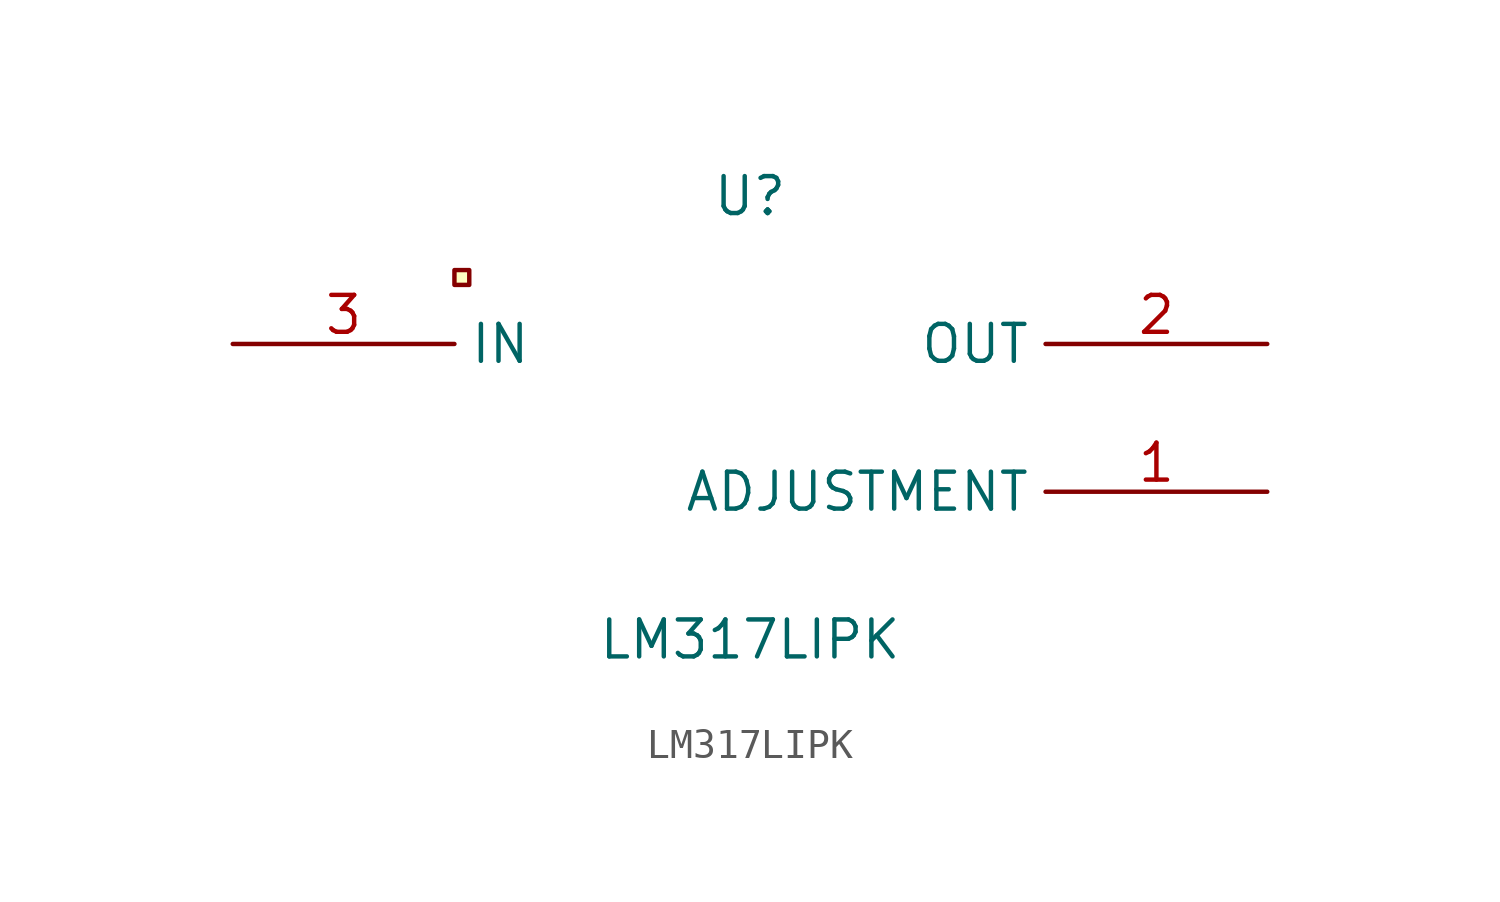
<source format=kicad_sym>
(kicad_symbol_lib
  (version 20211014)
  (generator https://github.com/uPesy/easyeda2kicad.py)
  (symbol "LM317LIPK"
    (property "Reference" "U"
      (at 0 7.62 0)
      (effects (font (size 1.27 1.27))))
    (property "Value" "LM317LIPK"
      (at 0 -7.62 0)
      (effects (font (size 1.27 1.27))))
    (symbol "LM317LIPK_0_1"
      (rectangle (start -10.16 5.08) (end -9.65 4.57) (stroke (width 0) (type default) (color 0 0 0 0)) (fill (type background)))
      (pin unspecified line (at -17.78 2.54 0) (length 7.62) (name "IN" (effects (font (size 1.27 1.27)))) (number "3" (effects (font (size 1.27 1.27)))))
      (pin unspecified line (at 17.78 2.54 180) (length 7.62) (name "OUT" (effects (font (size 1.27 1.27)))) (number "2" (effects (font (size 1.27 1.27)))))
      (pin unspecified line (at 17.78 -2.54 180) (length 7.62) (name "ADJUSTMENT" (effects (font (size 1.27 1.27)))) (number "1" (effects (font (size 1.27 1.27))))))))
</source>
